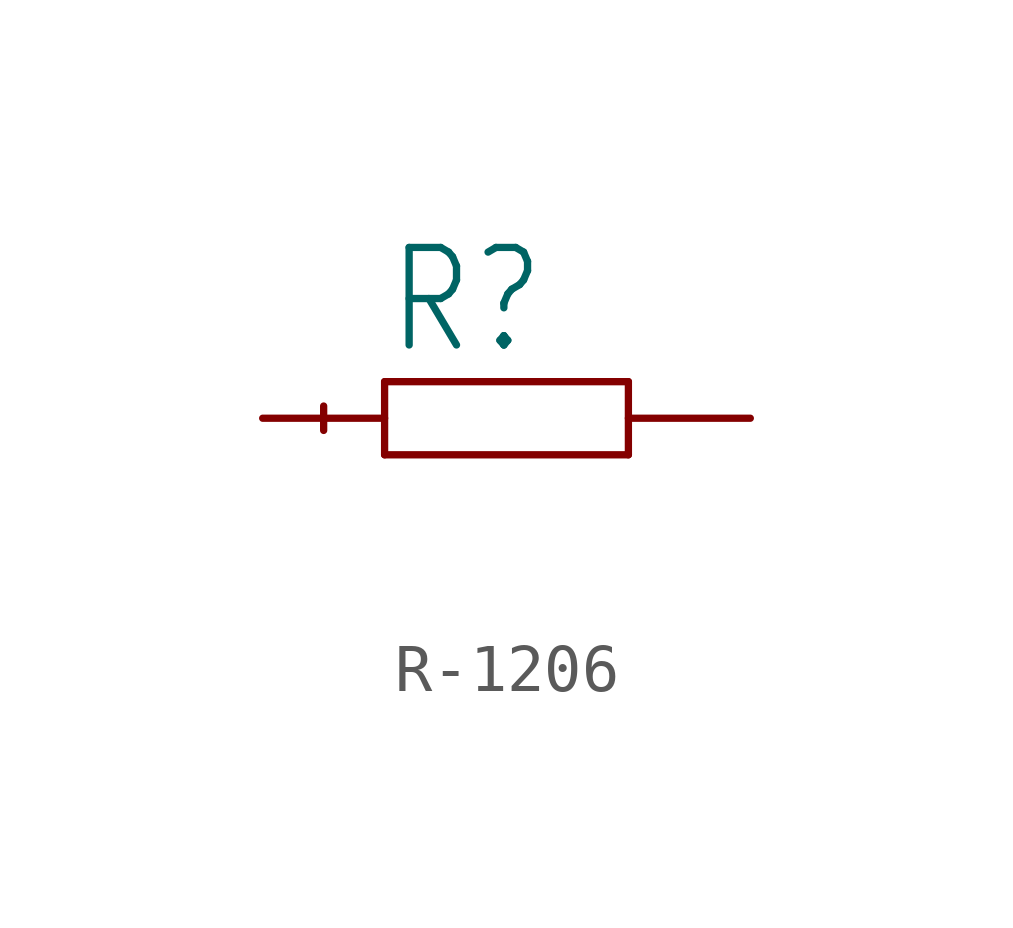
<source format=kicad_sym>
(kicad_symbol_lib
  (version 20241209)
  (generator "kicad_symbol_editor")
  (generator_version "9.0")
  (symbol "R-1206"
    (property "Reference" "R"
      (at -2.54 1.27 0)
      (effects (font (size 2.032 1.727)) (justify left bottom)))
    (property "Value" ""
      (at -3.81 -3.556 0)
      (effects (font (size 2.032 1.727)) (justify left bottom)))
    (property "ki_locked" ""
      (at 0 0 0)
      (effects (font (size 1.27 1.27))))
    (symbol "R-1206_1_0"
      (polyline (pts (xy -3.81 0.254) (xy -3.81 -0.254)) (stroke (width 0.152) (type solid)) (fill (type none)))
      (polyline (pts (xy -2.54 0.762) (xy -2.54 -0.762)) (stroke (width 0.152) (type solid)) (fill (type none)))
      (polyline (pts (xy -2.54 -0.762) (xy 2.54 -0.762)) (stroke (width 0.152) (type solid)) (fill (type none)))
      (polyline (pts (xy 2.54 0.762) (xy -2.54 0.762)) (stroke (width 0.152) (type solid)) (fill (type none)))
      (polyline (pts (xy 2.54 -0.762) (xy 2.54 0.762)) (stroke (width 0.152) (type solid)) (fill (type none)))
      (pin passive line (at -5.08 0 0) (length 2.54) (name "1" (effects (font (size 0 0)))) (number "1" (effects (font (size 0 0)))))
      (pin passive line (at 5.08 0 180) (length 2.54) (name "2" (effects (font (size 0 0)))) (number "2" (effects (font (size 0 0))))))))
</source>
